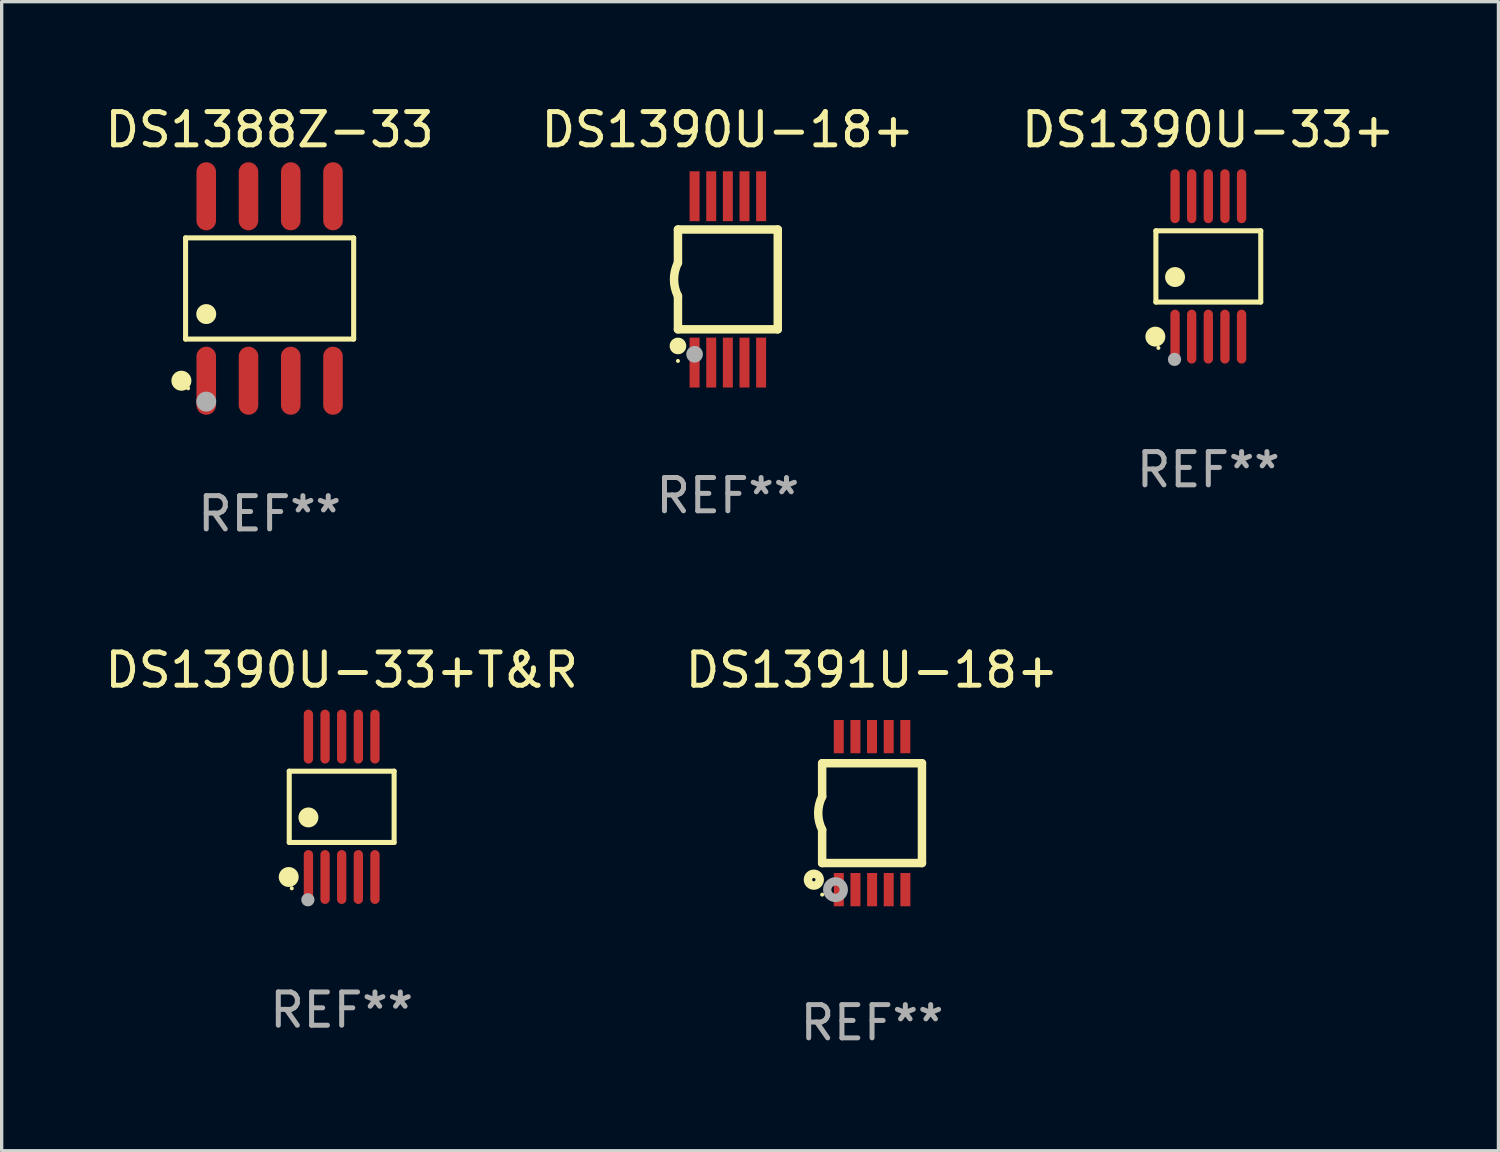
<source format=kicad_pcb>
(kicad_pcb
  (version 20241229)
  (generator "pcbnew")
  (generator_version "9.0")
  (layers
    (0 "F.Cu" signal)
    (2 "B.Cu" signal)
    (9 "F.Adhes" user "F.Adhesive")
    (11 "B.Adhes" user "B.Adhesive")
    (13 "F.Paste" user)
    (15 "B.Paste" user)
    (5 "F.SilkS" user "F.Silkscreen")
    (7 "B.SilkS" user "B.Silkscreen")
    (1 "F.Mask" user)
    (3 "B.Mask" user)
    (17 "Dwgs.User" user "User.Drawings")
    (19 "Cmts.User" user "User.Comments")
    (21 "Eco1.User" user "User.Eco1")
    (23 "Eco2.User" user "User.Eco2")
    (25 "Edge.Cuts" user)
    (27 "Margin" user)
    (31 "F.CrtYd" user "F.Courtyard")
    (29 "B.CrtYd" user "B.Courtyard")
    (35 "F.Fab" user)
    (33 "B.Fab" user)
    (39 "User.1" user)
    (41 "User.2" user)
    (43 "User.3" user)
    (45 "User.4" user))
  (footprint "DS1390U-18+"
    (layer "F.Cu")
    (at 18.827 5.348)
    (property "Reference" "DS1390U-18+" (at 0 -4.5 0) (layer "F.SilkS") (effects (font (size 1 1) (thickness 0.15))))
    (attr through_hole)
    (fp_line (start -1.5 -1.5) (end -1.5 -0.5) (stroke (width 0.254) (type solid)) (layer "F.SilkS"))
    (fp_line (start -1.5 1.5) (end -1.5 0.5) (stroke (width 0.254) (type solid)) (layer "F.SilkS"))
    (fp_line (start -1.5 1.5) (end 1.5 1.5) (stroke (width 0.254) (type solid)) (layer "F.SilkS"))
    (fp_line (start 1.5 -1.5) (end -1.5 -1.5) (stroke (width 0.254) (type solid)) (layer "F.SilkS"))
    (fp_line (start 1.5 1.5) (end 1.5 -1.5) (stroke (width 0.254) (type solid)) (layer "F.SilkS"))
    (fp_arc (start -1.500025 0.500076) (mid -1.618059 0.000076) (end -1.500025 -0.499924) (stroke (width 0.254001) (type solid)) (layer "F.SilkS"))
    (fp_circle (center -1.5 2) (end -1.375 2) (stroke (width 0.25) (type solid)) (fill no) (layer "F.SilkS"))
    (fp_circle (center -1.5 2.45) (end -1.47 2.45) (stroke (width 0.06) (type solid)) (fill no) (layer "F.SilkS"))
    (fp_circle (center -1 2.25) (end -0.875 2.25) (stroke (width 0.25) (type solid)) (fill no) (layer "F.Fab"))
    (fp_text user "REF**" (at 0 6.5 0) (layer "F.Fab") (effects (font (size 1 1) (thickness 0.15))))
    (pad "1" smd rect (at -1 2.5 180) (size 0.3 1.5) (layers "F.Cu" "F.Mask" "F.Paste"))
    (pad "2" smd rect (at -0.5 2.5 180) (size 0.3 1.5) (layers "F.Cu" "F.Mask" "F.Paste"))
    (pad "3" smd rect (at -0.000127 2.5 180) (size 0.3 1.5) (layers "F.Cu" "F.Mask" "F.Paste"))
    (pad "4" smd rect (at 0.5 2.5 180) (size 0.3 1.5) (layers "F.Cu" "F.Mask" "F.Paste"))
    (pad "5" smd rect (at 1 2.5 180) (size 0.3 1.5) (layers "F.Cu" "F.Mask" "F.Paste"))
    (pad "6" smd rect (at 1 -2.5 180) (size 0.3 1.5) (layers "F.Cu" "F.Mask" "F.Paste"))
    (pad "7" smd rect (at 0.5 -2.5 180) (size 0.3 1.5) (layers "F.Cu" "F.Mask" "F.Paste"))
    (pad "8" smd rect (at -0.000127 -2.5 180) (size 0.3 1.5) (layers "F.Cu" "F.Mask" "F.Paste"))
    (pad "9" smd rect (at -0.5 -2.5 180) (size 0.3 1.5) (layers "F.Cu" "F.Mask" "F.Paste"))
    (pad "10" smd rect (at -1 -2.5 180) (size 0.3 1.5) (layers "F.Cu" "F.Mask" "F.Paste")))
  (footprint "DS1390U-33+"
    (layer "F.Cu")
    (at 33.268 4.958)
    (property "Reference" "DS1390U-33+" (at 0 -4.11 0) (layer "F.SilkS") (effects (font (size 1 1) (thickness 0.15))))
    (attr through_hole)
    (fp_line (start -1.576 -1.071) (end 1.576 -1.071) (stroke (width 0.152) (type solid)) (layer "F.SilkS"))
    (fp_line (start -1.576 1.071) (end -1.576 -1.071) (stroke (width 0.152) (type solid)) (layer "F.SilkS"))
    (fp_line (start 1.576 -1.071) (end 1.576 1.071) (stroke (width 0.152) (type solid)) (layer "F.SilkS"))
    (fp_line (start 1.576 1.071) (end -1.576 1.071) (stroke (width 0.152) (type solid)) (layer "F.SilkS"))
    (fp_circle (center -1.592 2.11) (end -1.442 2.11) (stroke (width 0.3) (type solid)) (fill no) (layer "F.SilkS"))
    (fp_circle (center -1.5 2.45) (end -1.47 2.45) (stroke (width 0.06) (type solid)) (fill no) (layer "F.SilkS"))
    (fp_circle (center -1 0.319) (end -0.85 0.319) (stroke (width 0.3) (type solid)) (fill no) (layer "F.SilkS"))
    (fp_circle (center -1.016 2.794) (end -0.916 2.794) (stroke (width 0.2) (type solid)) (fill no) (layer "F.Fab"))
    (fp_text user "REF**" (at 0 6.11 0) (layer "F.Fab") (effects (font (size 1 1) (thickness 0.15))))
    (pad "1" smd oval (at -1 2.11) (size 0.28 1.62) (layers "F.Cu" "F.Mask" "F.Paste"))
    (pad "2" smd oval (at -0.5 2.11) (size 0.28 1.62) (layers "F.Cu" "F.Mask" "F.Paste"))
    (pad "3" smd oval (at 0 2.11) (size 0.28 1.62) (layers "F.Cu" "F.Mask" "F.Paste"))
    (pad "4" smd oval (at 0.5 2.11) (size 0.28 1.62) (layers "F.Cu" "F.Mask" "F.Paste"))
    (pad "5" smd oval (at 1 2.11) (size 0.28 1.62) (layers "F.Cu" "F.Mask" "F.Paste"))
    (pad "6" smd oval (at 1 -2.11) (size 0.28 1.62) (layers "F.Cu" "F.Mask" "F.Paste"))
    (pad "7" smd oval (at 0.5 -2.11) (size 0.28 1.62) (layers "F.Cu" "F.Mask" "F.Paste"))
    (pad "8" smd oval (at 0 -2.11) (size 0.28 1.62) (layers "F.Cu" "F.Mask" "F.Paste"))
    (pad "9" smd oval (at -0.5 -2.11) (size 0.28 1.62) (layers "F.Cu" "F.Mask" "F.Paste"))
    (pad "10" smd oval (at -1 -2.11) (size 0.28 1.62) (layers "F.Cu" "F.Mask" "F.Paste")))
  (footprint "DS1390U-33+T&R"
    (layer "F.Cu")
    (at 7.22 21.2)
    (property "Reference" "DS1390U-33+T&R" (at 0 -4.11 0) (layer "F.SilkS") (effects (font (size 1 1) (thickness 0.15))))
    (attr through_hole)
    (fp_line (start -1.576 -1.071) (end 1.576 -1.071) (stroke (width 0.152) (type solid)) (layer "F.SilkS"))
    (fp_line (start -1.576 1.071) (end -1.576 -1.071) (stroke (width 0.152) (type solid)) (layer "F.SilkS"))
    (fp_line (start 1.576 -1.071) (end 1.576 1.071) (stroke (width 0.152) (type solid)) (layer "F.SilkS"))
    (fp_line (start 1.576 1.071) (end -1.576 1.071) (stroke (width 0.152) (type solid)) (layer "F.SilkS"))
    (fp_circle (center -1.592 2.11) (end -1.442 2.11) (stroke (width 0.3) (type solid)) (fill no) (layer "F.SilkS"))
    (fp_circle (center -1.5 2.45) (end -1.47 2.45) (stroke (width 0.06) (type solid)) (fill no) (layer "F.SilkS"))
    (fp_circle (center -1 0.319) (end -0.85 0.319) (stroke (width 0.3) (type solid)) (fill no) (layer "F.SilkS"))
    (fp_circle (center -1.016 2.794) (end -0.916 2.794) (stroke (width 0.2) (type solid)) (fill no) (layer "F.Fab"))
    (fp_text user "REF**" (at 0 6.11 0) (layer "F.Fab") (effects (font (size 1 1) (thickness 0.15))))
    (pad "1" smd oval (at -1 2.11) (size 0.28 1.62) (layers "F.Cu" "F.Mask" "F.Paste"))
    (pad "2" smd oval (at -0.5 2.11) (size 0.28 1.62) (layers "F.Cu" "F.Mask" "F.Paste"))
    (pad "3" smd oval (at 0 2.11) (size 0.28 1.62) (layers "F.Cu" "F.Mask" "F.Paste"))
    (pad "4" smd oval (at 0.5 2.11) (size 0.28 1.62) (layers "F.Cu" "F.Mask" "F.Paste"))
    (pad "5" smd oval (at 1 2.11) (size 0.28 1.62) (layers "F.Cu" "F.Mask" "F.Paste"))
    (pad "6" smd oval (at 1 -2.11) (size 0.28 1.62) (layers "F.Cu" "F.Mask" "F.Paste"))
    (pad "7" smd oval (at 0.5 -2.11) (size 0.28 1.62) (layers "F.Cu" "F.Mask" "F.Paste"))
    (pad "8" smd oval (at 0 -2.11) (size 0.28 1.62) (layers "F.Cu" "F.Mask" "F.Paste"))
    (pad "9" smd oval (at -0.5 -2.11) (size 0.28 1.62) (layers "F.Cu" "F.Mask" "F.Paste"))
    (pad "10" smd oval (at -1 -2.11) (size 0.28 1.62) (layers "F.Cu" "F.Mask" "F.Paste")))
  (footprint "DS1388Z-33"
    (layer "F.Cu")
    (at 5.054 5.621)
    (property "Reference" "DS1388Z-33" (at 0 -4.772 0) (layer "F.SilkS") (effects (font (size 1 1) (thickness 0.15))))
    (attr through_hole)
    (fp_line (start -2.526 -1.521) (end 2.526 -1.521) (stroke (width 0.152) (type solid)) (layer "F.SilkS"))
    (fp_line (start -2.526 1.521) (end -2.526 -1.521) (stroke (width 0.152) (type solid)) (layer "F.SilkS"))
    (fp_line (start 2.526 -1.521) (end 2.526 1.521) (stroke (width 0.152) (type solid)) (layer "F.SilkS"))
    (fp_line (start 2.526 1.521) (end -2.526 1.521) (stroke (width 0.152) (type solid)) (layer "F.SilkS"))
    (fp_circle (center -2.652 2.772) (end -2.501 2.772) (stroke (width 0.3) (type solid)) (fill no) (layer "F.SilkS"))
    (fp_circle (center -2.45 3) (end -2.42 3) (stroke (width 0.06) (type solid)) (fill no) (layer "F.SilkS"))
    (fp_circle (center -1.905 0.769) (end -1.755 0.769) (stroke (width 0.3) (type solid)) (fill no) (layer "F.SilkS"))
    (fp_circle (center -1.905 3.4) (end -1.755 3.4) (stroke (width 0.3) (type solid)) (fill no) (layer "F.Fab"))
    (fp_text user "REF**" (at 0 6.772 0) (layer "F.Fab") (effects (font (size 1 1) (thickness 0.15))))
    (pad "1" smd oval (at -1.905 2.772) (size 0.588 2.045) (layers "F.Cu" "F.Mask" "F.Paste"))
    (pad "2" smd oval (at -0.635 2.772) (size 0.588 2.045) (layers "F.Cu" "F.Mask" "F.Paste"))
    (pad "3" smd oval (at 0.635 2.772) (size 0.588 2.045) (layers "F.Cu" "F.Mask" "F.Paste"))
    (pad "4" smd oval (at 1.905 2.772) (size 0.588 2.045) (layers "F.Cu" "F.Mask" "F.Paste"))
    (pad "5" smd oval (at 1.905 -2.772) (size 0.588 2.045) (layers "F.Cu" "F.Mask" "F.Paste"))
    (pad "6" smd oval (at 0.635 -2.772) (size 0.588 2.045) (layers "F.Cu" "F.Mask" "F.Paste"))
    (pad "7" smd oval (at -0.635 -2.772) (size 0.588 2.045) (layers "F.Cu" "F.Mask" "F.Paste"))
    (pad "8" smd oval (at -1.905 -2.772) (size 0.588 2.045) (layers "F.Cu" "F.Mask" "F.Paste")))
  (footprint "DS1391U-18+"
    (layer "F.Cu")
    (at 23.161 21.39)
    (property "Reference" "DS1391U-18+" (at 0 -4.3 0) (layer "F.SilkS") (effects (font (size 1 1) (thickness 0.15))))
    (attr through_hole)
    (fp_line (start -1.5 -1.5) (end -1.5 -0.5) (stroke (width 0.254) (type solid)) (layer "F.SilkS"))
    (fp_line (start -1.5 1.5) (end -1.5 0.5) (stroke (width 0.254) (type solid)) (layer "F.SilkS"))
    (fp_line (start -1.5 1.5) (end 1.5 1.5) (stroke (width 0.254) (type solid)) (layer "F.SilkS"))
    (fp_line (start 1.5 1.5) (end 1.5 -1.5) (stroke (width 0.254) (type solid)) (layer "F.SilkS"))
    (fp_line (start 1.5 -1.5) (end -1.5 -1.5) (stroke (width 0.254) (type solid)) (layer "F.SilkS"))
    (fp_arc (start -1.500165 0.5) (mid -1.618199 0) (end -1.500165 -0.5) (stroke (width 0.254001) (type solid)) (layer "F.SilkS"))
    (fp_circle (center -1.75 2) (end -1.573 2) (stroke (width 0.254) (type solid)) (fill no) (layer "F.SilkS"))
    (fp_circle (center -1.499 2.45) (end -1.469 2.45) (stroke (width 0.06) (type solid)) (fill no) (layer "F.SilkS"))
    (fp_circle (center -1.099 2.3) (end -0.975 2.3) (stroke (width 0.25) (type solid)) (fill no) (layer "F.Fab"))
    (fp_text user "REF**" (at 0 6.3 0) (layer "F.Fab") (effects (font (size 1 1) (thickness 0.15))))
    (pad "1" smd rect (at -0.999 2.3 180) (size 0.3 1) (layers "F.Cu" "F.Mask" "F.Paste"))
    (pad "2" smd rect (at -0.499 2.3 180) (size 0.3 1) (layers "F.Cu" "F.Mask" "F.Paste"))
    (pad "3" smd rect (at 0.001 2.3 180) (size 0.3 1) (layers "F.Cu" "F.Mask" "F.Paste"))
    (pad "4" smd rect (at 0.501 2.3 180) (size 0.3 1) (layers "F.Cu" "F.Mask" "F.Paste"))
    (pad "5" smd rect (at 1.001 2.3 180) (size 0.3 1) (layers "F.Cu" "F.Mask" "F.Paste"))
    (pad "6" smd rect (at 1 -2.3 180) (size 0.3 1) (layers "F.Cu" "F.Mask" "F.Paste"))
    (pad "7" smd rect (at 0.5 -2.3 180) (size 0.3 1) (layers "F.Cu" "F.Mask" "F.Paste"))
    (pad "8" smd rect (at -0.000165 -2.3 180) (size 0.3 1) (layers "F.Cu" "F.Mask" "F.Paste"))
    (pad "9" smd rect (at -0.5 -2.3 180) (size 0.3 1) (layers "F.Cu" "F.Mask" "F.Paste"))
    (pad "10" smd rect (at -1 -2.3 180) (size 0.3 1) (layers "F.Cu" "F.Mask" "F.Paste")))
  (gr_rect
    (start -3 -3)
    (end 41.988 31.538)
    (stroke (width 0.1) (type default))
    (fill no)
    (layer "Edge.Cuts")))
</source>
